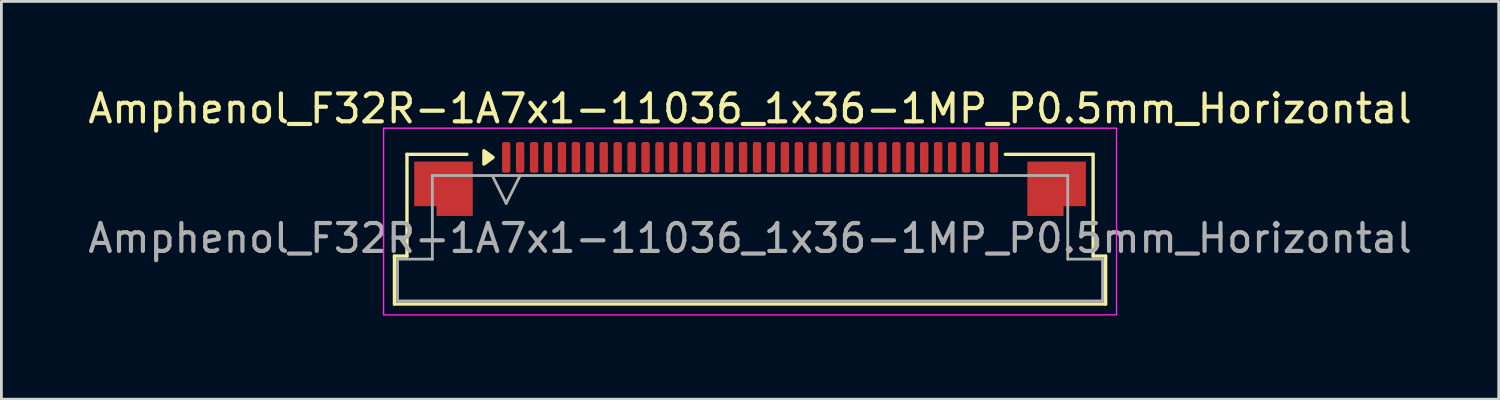
<source format=kicad_pcb>
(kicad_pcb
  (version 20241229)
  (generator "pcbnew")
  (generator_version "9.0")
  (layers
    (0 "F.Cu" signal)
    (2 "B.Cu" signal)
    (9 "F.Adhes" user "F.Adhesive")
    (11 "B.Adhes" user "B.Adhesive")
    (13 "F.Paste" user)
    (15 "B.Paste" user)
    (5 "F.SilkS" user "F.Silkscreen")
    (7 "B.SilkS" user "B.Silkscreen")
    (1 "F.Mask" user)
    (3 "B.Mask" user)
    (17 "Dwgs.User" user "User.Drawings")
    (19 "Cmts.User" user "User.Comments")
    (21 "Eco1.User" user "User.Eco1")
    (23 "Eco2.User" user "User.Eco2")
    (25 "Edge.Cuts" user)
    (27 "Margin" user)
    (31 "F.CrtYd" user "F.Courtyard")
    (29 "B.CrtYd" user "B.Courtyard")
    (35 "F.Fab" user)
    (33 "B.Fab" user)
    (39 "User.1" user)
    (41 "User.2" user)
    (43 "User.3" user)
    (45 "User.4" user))
  (footprint "Amphenol_F32R-1A7x1-11036_1x36-1MP_P0.5mm_Horizontal"
    (layer "F.Cu")
    (at 23.863 5.498)
    (property "Reference" "Amphenol_F32R-1A7x1-11036_1x36-1MP_P0.5mm_Horizontal" (at 0 -4.65 0) (layer "F.SilkS") (effects (font (size 1 1) (thickness 0.15))))
    (attr smd)
    (fp_line (start -12.76 0.64) (end -12.31 0.64) (stroke (width 0.12) (type solid)) (layer "F.SilkS"))
    (fp_line (start -12.76 2.36) (end -12.76 0.64) (stroke (width 0.12) (type solid)) (layer "F.SilkS"))
    (fp_line (start -12.31 -3.01) (end -10.16 -3.01) (stroke (width 0.12) (type solid)) (layer "F.SilkS"))
    (fp_line (start -12.31 0.64) (end -12.31 -3.01) (stroke (width 0.12) (type solid)) (layer "F.SilkS"))
    (fp_line (start 9.16 -3.01) (end 12.31 -3.01) (stroke (width 0.12) (type solid)) (layer "F.SilkS"))
    (fp_line (start 12.31 -3.01) (end 12.31 0.64) (stroke (width 0.12) (type solid)) (layer "F.SilkS"))
    (fp_line (start 12.31 0.64) (end 12.76 0.64) (stroke (width 0.12) (type solid)) (layer "F.SilkS"))
    (fp_line (start 12.76 0.64) (end 12.76 2.36) (stroke (width 0.12) (type solid)) (layer "F.SilkS"))
    (fp_line (start 12.76 2.36) (end -12.76 2.36) (stroke (width 0.12) (type solid)) (layer "F.SilkS"))
    (fp_poly (pts (xy -9.22 -2.9) (xy -9.55 -2.66) (xy -9.55 -3.14)) (stroke (width 0.12) (type solid)) (fill yes) (layer "F.SilkS"))
    (fp_rect (start -13.15 -3.95) (end 13.15 2.75) (stroke (width 0.05) (type solid)) (fill no) (layer "F.CrtYd"))
    (fp_line (start -12.65 0.75) (end -11.4 0.75) (stroke (width 0.1) (type solid)) (layer "F.Fab"))
    (fp_line (start -12.65 2.25) (end -12.65 0.75) (stroke (width 0.1) (type solid)) (layer "F.Fab"))
    (fp_line (start -11.4 -2.25) (end 11.4 -2.25) (stroke (width 0.1) (type solid)) (layer "F.Fab"))
    (fp_line (start -11.4 0.75) (end -11.4 -2.25) (stroke (width 0.1) (type solid)) (layer "F.Fab"))
    (fp_line (start -9.25 -2.25) (end -8.75 -1.25) (stroke (width 0.1) (type solid)) (layer "F.Fab"))
    (fp_line (start -8.75 -1.25) (end -8.25 -2.25) (stroke (width 0.1) (type solid)) (layer "F.Fab"))
    (fp_line (start 11.4 -2.25) (end 11.4 0.75) (stroke (width 0.1) (type solid)) (layer "F.Fab"))
    (fp_line (start 11.4 0.75) (end 12.65 0.75) (stroke (width 0.1) (type solid)) (layer "F.Fab"))
    (fp_line (start 12.65 0.75) (end 12.65 2.25) (stroke (width 0.1) (type solid)) (layer "F.Fab"))
    (fp_line (start 12.65 2.25) (end -12.65 2.25) (stroke (width 0.1) (type solid)) (layer "F.Fab"))
    (fp_text user "${REFERENCE}" (at 0 0 0) (layer "F.Fab") (effects (font (size 1 1) (thickness 0.15))))
    (pad "1" smd roundrect (at -8.75 -2.9) (size 0.3 1.1) (layers "F.Cu" "F.Mask" "F.Paste") (roundrect_rratio 0.25))
    (pad "2" smd roundrect (at -8.25 -2.9) (size 0.3 1.1) (layers "F.Cu" "F.Mask" "F.Paste") (roundrect_rratio 0.25))
    (pad "3" smd roundrect (at -7.75 -2.9) (size 0.3 1.1) (layers "F.Cu" "F.Mask" "F.Paste") (roundrect_rratio 0.25))
    (pad "4" smd roundrect (at -7.25 -2.9) (size 0.3 1.1) (layers "F.Cu" "F.Mask" "F.Paste") (roundrect_rratio 0.25))
    (pad "5" smd roundrect (at -6.75 -2.9) (size 0.3 1.1) (layers "F.Cu" "F.Mask" "F.Paste") (roundrect_rratio 0.25))
    (pad "6" smd roundrect (at -6.25 -2.9) (size 0.3 1.1) (layers "F.Cu" "F.Mask" "F.Paste") (roundrect_rratio 0.25))
    (pad "7" smd roundrect (at -5.75 -2.9) (size 0.3 1.1) (layers "F.Cu" "F.Mask" "F.Paste") (roundrect_rratio 0.25))
    (pad "8" smd roundrect (at -5.25 -2.9) (size 0.3 1.1) (layers "F.Cu" "F.Mask" "F.Paste") (roundrect_rratio 0.25))
    (pad "9" smd roundrect (at -4.75 -2.9) (size 0.3 1.1) (layers "F.Cu" "F.Mask" "F.Paste") (roundrect_rratio 0.25))
    (pad "10" smd roundrect (at -4.25 -2.9) (size 0.3 1.1) (layers "F.Cu" "F.Mask" "F.Paste") (roundrect_rratio 0.25))
    (pad "11" smd roundrect (at -3.75 -2.9) (size 0.3 1.1) (layers "F.Cu" "F.Mask" "F.Paste") (roundrect_rratio 0.25))
    (pad "12" smd roundrect (at -3.25 -2.9) (size 0.3 1.1) (layers "F.Cu" "F.Mask" "F.Paste") (roundrect_rratio 0.25))
    (pad "13" smd roundrect (at -2.75 -2.9) (size 0.3 1.1) (layers "F.Cu" "F.Mask" "F.Paste") (roundrect_rratio 0.25))
    (pad "14" smd roundrect (at -2.25 -2.9) (size 0.3 1.1) (layers "F.Cu" "F.Mask" "F.Paste") (roundrect_rratio 0.25))
    (pad "15" smd roundrect (at -1.75 -2.9) (size 0.3 1.1) (layers "F.Cu" "F.Mask" "F.Paste") (roundrect_rratio 0.25))
    (pad "16" smd roundrect (at -1.25 -2.9) (size 0.3 1.1) (layers "F.Cu" "F.Mask" "F.Paste") (roundrect_rratio 0.25))
    (pad "17" smd roundrect (at -0.75 -2.9) (size 0.3 1.1) (layers "F.Cu" "F.Mask" "F.Paste") (roundrect_rratio 0.25))
    (pad "18" smd roundrect (at -0.25 -2.9) (size 0.3 1.1) (layers "F.Cu" "F.Mask" "F.Paste") (roundrect_rratio 0.25))
    (pad "19" smd roundrect (at 0.25 -2.9) (size 0.3 1.1) (layers "F.Cu" "F.Mask" "F.Paste") (roundrect_rratio 0.25))
    (pad "20" smd roundrect (at 0.75 -2.9) (size 0.3 1.1) (layers "F.Cu" "F.Mask" "F.Paste") (roundrect_rratio 0.25))
    (pad "21" smd roundrect (at 1.25 -2.9) (size 0.3 1.1) (layers "F.Cu" "F.Mask" "F.Paste") (roundrect_rratio 0.25))
    (pad "22" smd roundrect (at 1.75 -2.9) (size 0.3 1.1) (layers "F.Cu" "F.Mask" "F.Paste") (roundrect_rratio 0.25))
    (pad "23" smd roundrect (at 2.25 -2.9) (size 0.3 1.1) (layers "F.Cu" "F.Mask" "F.Paste") (roundrect_rratio 0.25))
    (pad "24" smd roundrect (at 2.75 -2.9) (size 0.3 1.1) (layers "F.Cu" "F.Mask" "F.Paste") (roundrect_rratio 0.25))
    (pad "25" smd roundrect (at 3.25 -2.9) (size 0.3 1.1) (layers "F.Cu" "F.Mask" "F.Paste") (roundrect_rratio 0.25))
    (pad "26" smd roundrect (at 3.75 -2.9) (size 0.3 1.1) (layers "F.Cu" "F.Mask" "F.Paste") (roundrect_rratio 0.25))
    (pad "27" smd roundrect (at 4.25 -2.9) (size 0.3 1.1) (layers "F.Cu" "F.Mask" "F.Paste") (roundrect_rratio 0.25))
    (pad "28" smd roundrect (at 4.75 -2.9) (size 0.3 1.1) (layers "F.Cu" "F.Mask" "F.Paste") (roundrect_rratio 0.25))
    (pad "29" smd roundrect (at 5.25 -2.9) (size 0.3 1.1) (layers "F.Cu" "F.Mask" "F.Paste") (roundrect_rratio 0.25))
    (pad "30" smd roundrect (at 5.75 -2.9) (size 0.3 1.1) (layers "F.Cu" "F.Mask" "F.Paste") (roundrect_rratio 0.25))
    (pad "31" smd roundrect (at 6.25 -2.9) (size 0.3 1.1) (layers "F.Cu" "F.Mask" "F.Paste") (roundrect_rratio 0.25))
    (pad "32" smd roundrect (at 6.75 -2.9) (size 0.3 1.1) (layers "F.Cu" "F.Mask" "F.Paste") (roundrect_rratio 0.25))
    (pad "33" smd roundrect (at 7.25 -2.9) (size 0.3 1.1) (layers "F.Cu" "F.Mask" "F.Paste") (roundrect_rratio 0.25))
    (pad "34" smd roundrect (at 7.75 -2.9) (size 0.3 1.1) (layers "F.Cu" "F.Mask" "F.Paste") (roundrect_rratio 0.25))
    (pad "35" smd roundrect (at 8.25 -2.9) (size 0.3 1.1) (layers "F.Cu" "F.Mask" "F.Paste") (roundrect_rratio 0.25))
    (pad "36" smd roundrect (at 8.75 -2.9) (size 0.3 1.1) (layers "F.Cu" "F.Mask" "F.Paste") (roundrect_rratio 0.25))
    (pad "MP" smd custom (at -11 -1.775) (size 1 1) (layers "F.Cu" "F.Mask" "F.Paste") (options (anchor circle)) (primitives (gr_poly (pts (xy 1.05 -0.975) (xy 1.05 0.975) (xy -0.25 0.975) (xy -0.25 0.625) (xy -1.05 0.625) (xy -1.05 -0.975)) (width 0) (fill yes))))
    (pad "MP" smd custom (at 11 -1.775) (size 1 1) (layers "F.Cu" "F.Mask" "F.Paste") (options (anchor circle)) (primitives (gr_poly (pts (xy -1.05 -0.975) (xy -1.05 0.975) (xy 0.25 0.975) (xy 0.25 0.625) (xy 1.05 0.625) (xy 1.05 -0.975)) (width 0) (fill yes)))))
  (gr_rect
    (start -3 -3)
    (end 50.726 11.273)
    (stroke (width 0.1) (type default))
    (fill no)
    (layer "Edge.Cuts")))
</source>
